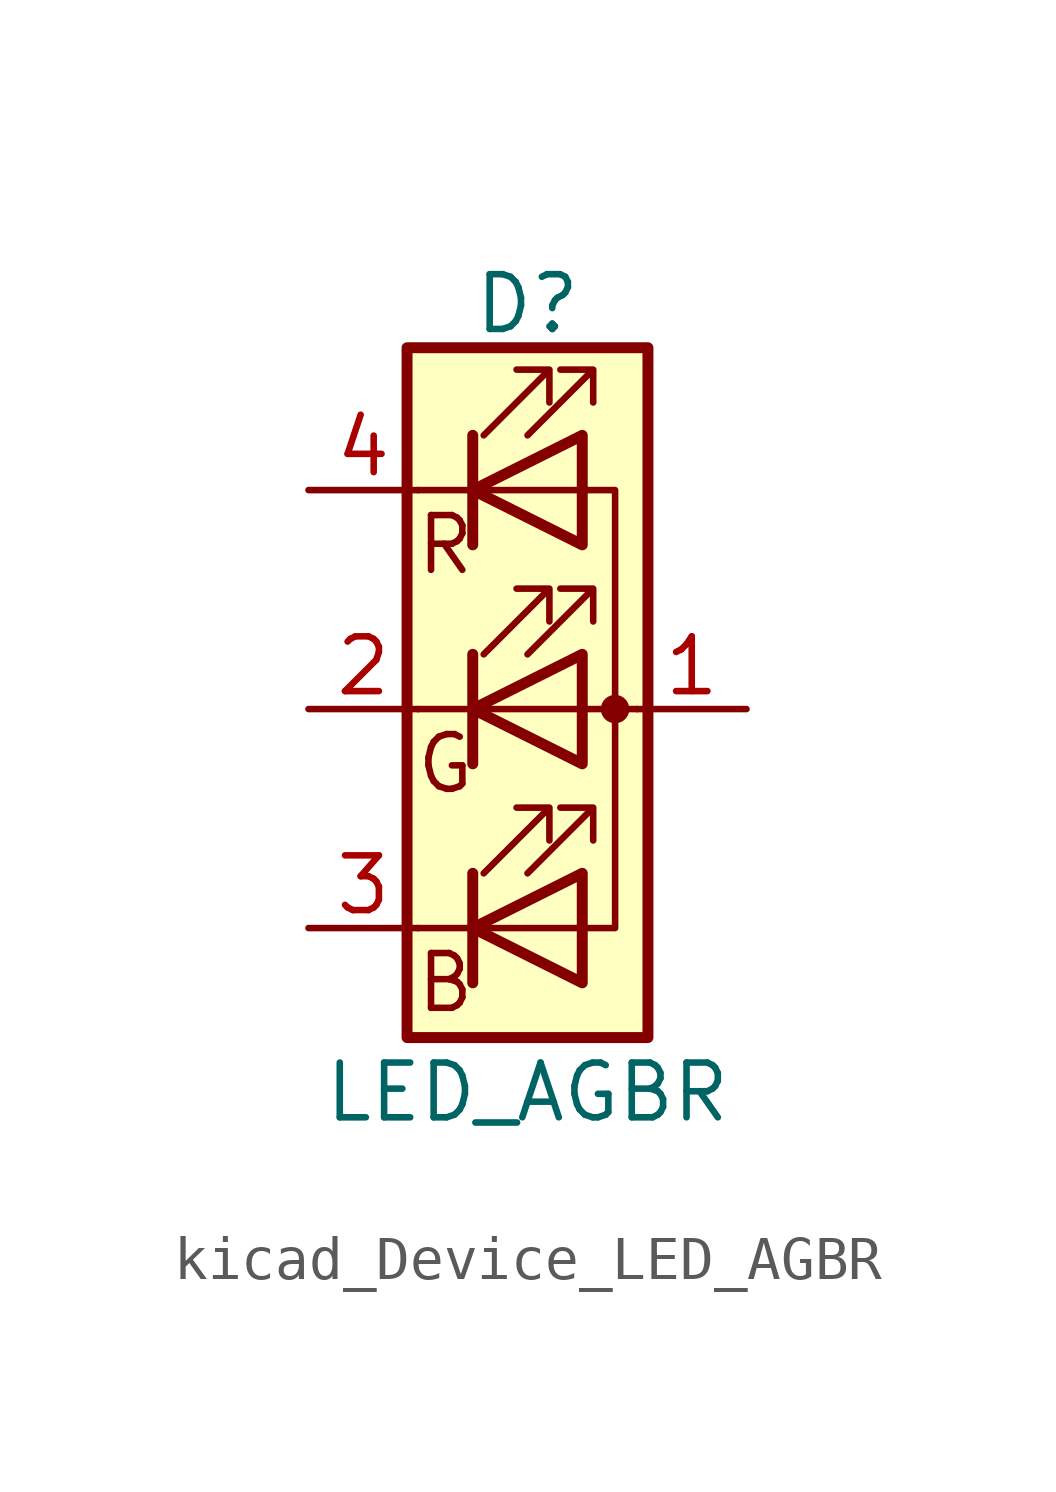
<source format=kicad_sym>
(kicad_symbol_lib
  (version 20220914)
  (generator kicad_symbol_editor)
  (symbol "kicad_Device_LED_AGBR"
    (pin_names
      (offset 0) hide)
    (property "Reference" "D"
      (at 0 9.398 0)
      (effects (font (size 1.27 1.27))))
    (property "Value" "LED_AGBR"
      (at 0 -8.89 0)
      (effects (font (size 1.27 1.27))))
    (symbol "kicad_Device_LED_AGBR_0_0"
      (text "B" (at -1.905 -6.35 0) (effects (font (size 1.27 1.27))))
      (text "G" (at -1.905 -1.27 0) (effects (font (size 1.27 1.27))))
      (text "R" (at -1.905 3.81 0) (effects (font (size 1.27 1.27)))))
    (symbol "kicad_Device_LED_AGBR_0_1"
      (polyline (pts (xy -1.27 -5.08) (xy -2.54 -5.08)) (stroke (width 0) (type default)) (fill (type none)))
      (polyline (pts (xy -1.27 -5.08) (xy 1.27 -5.08)) (stroke (width 0) (type default)) (fill (type none)))
      (polyline (pts (xy -1.27 -3.81) (xy -1.27 -6.35)) (stroke (width 0.254) (type default)) (fill (type none)))
      (polyline (pts (xy -1.27 0) (xy -2.54 0)) (stroke (width 0) (type default)) (fill (type none)))
      (polyline (pts (xy -1.27 1.27) (xy -1.27 -1.27)) (stroke (width 0.254) (type default)) (fill (type none)))
      (polyline (pts (xy -1.27 5.08) (xy -2.54 5.08)) (stroke (width 0) (type default)) (fill (type none)))
      (polyline (pts (xy -1.27 5.08) (xy 1.27 5.08)) (stroke (width 0) (type default)) (fill (type none)))
      (polyline (pts (xy -1.27 6.35) (xy -1.27 3.81)) (stroke (width 0.254) (type default)) (fill (type none)))
      (polyline (pts (xy 1.27 0) (xy -1.27 0)) (stroke (width 0) (type default)) (fill (type none)))
      (polyline (pts (xy 1.27 0) (xy 2.54 0)) (stroke (width 0) (type default)) (fill (type none)))
      (polyline (pts (xy -1.27 1.27) (xy -1.27 -1.27) (xy -1.27 -1.27)) (stroke (width 0) (type default)) (fill (type none)))
      (polyline (pts (xy -1.27 6.35) (xy -1.27 3.81) (xy -1.27 3.81)) (stroke (width 0) (type default)) (fill (type none)))
      (polyline (pts (xy 1.27 -5.08) (xy 2.032 -5.08) (xy 2.032 5.08) (xy 1.27 5.08)) (stroke (width 0) (type default)) (fill (type none)))
      (polyline (pts (xy 1.27 -3.81) (xy 1.27 -6.35) (xy -1.27 -5.08) (xy 1.27 -3.81)) (stroke (width 0.254) (type default)) (fill (type none)))
      (polyline (pts (xy 1.27 1.27) (xy 1.27 -1.27) (xy -1.27 0) (xy 1.27 1.27)) (stroke (width 0.254) (type default)) (fill (type none)))
      (polyline (pts (xy 1.27 6.35) (xy 1.27 3.81) (xy -1.27 5.08) (xy 1.27 6.35)) (stroke (width 0.254) (type default)) (fill (type none)))
      (polyline (pts (xy -1.016 -3.81) (xy 0.508 -2.286) (xy -0.254 -2.286) (xy 0.508 -2.286) (xy 0.508 -3.048)) (stroke (width 0) (type default)) (fill (type none)))
      (polyline (pts (xy -1.016 1.27) (xy 0.508 2.794) (xy -0.254 2.794) (xy 0.508 2.794) (xy 0.508 2.032)) (stroke (width 0) (type default)) (fill (type none)))
      (polyline (pts (xy -1.016 6.35) (xy 0.508 7.874) (xy -0.254 7.874) (xy 0.508 7.874) (xy 0.508 7.112)) (stroke (width 0) (type default)) (fill (type none)))
      (polyline (pts (xy 0 -3.81) (xy 1.524 -2.286) (xy 0.762 -2.286) (xy 1.524 -2.286) (xy 1.524 -3.048)) (stroke (width 0) (type default)) (fill (type none)))
      (polyline (pts (xy 0 1.27) (xy 1.524 2.794) (xy 0.762 2.794) (xy 1.524 2.794) (xy 1.524 2.032)) (stroke (width 0) (type default)) (fill (type none)))
      (polyline (pts (xy 0 6.35) (xy 1.524 7.874) (xy 0.762 7.874) (xy 1.524 7.874) (xy 1.524 7.112)) (stroke (width 0) (type default)) (fill (type none)))
      (rectangle (start 1.27 -1.27) (end 1.27 1.27) (stroke (width 0) (type default)) (fill (type none)))
      (rectangle (start 1.27 1.27) (end 1.27 1.27) (stroke (width 0) (type default)) (fill (type none)))
      (rectangle (start 1.27 3.81) (end 1.27 6.35) (stroke (width 0) (type default)) (fill (type none)))
      (rectangle (start 1.27 6.35) (end 1.27 6.35) (stroke (width 0) (type default)) (fill (type none)))
      (circle (center 2.032 0) (radius 0.254) (stroke (width 0) (type default)) (fill (type outline)))
      (rectangle (start 2.794 8.382) (end -2.794 -7.62) (stroke (width 0.254) (type default)) (fill (type background))))
    (symbol "kicad_Device_LED_AGBR_1_1"
      (pin passive line (at 5.08 0 180) (length 2.54) (name "A" (effects (font (size 1.27 1.27)))) (number "1" (effects (font (size 1.27 1.27)))))
      (pin passive line (at -5.08 0 0) (length 2.54) (name "GK" (effects (font (size 1.27 1.27)))) (number "2" (effects (font (size 1.27 1.27)))))
      (pin passive line (at -5.08 -5.08 0) (length 2.54) (name "BK" (effects (font (size 1.27 1.27)))) (number "3" (effects (font (size 1.27 1.27)))))
      (pin passive line (at -5.08 5.08 0) (length 2.54) (name "RK" (effects (font (size 1.27 1.27)))) (number "4" (effects (font (size 1.27 1.27))))))))
</source>
